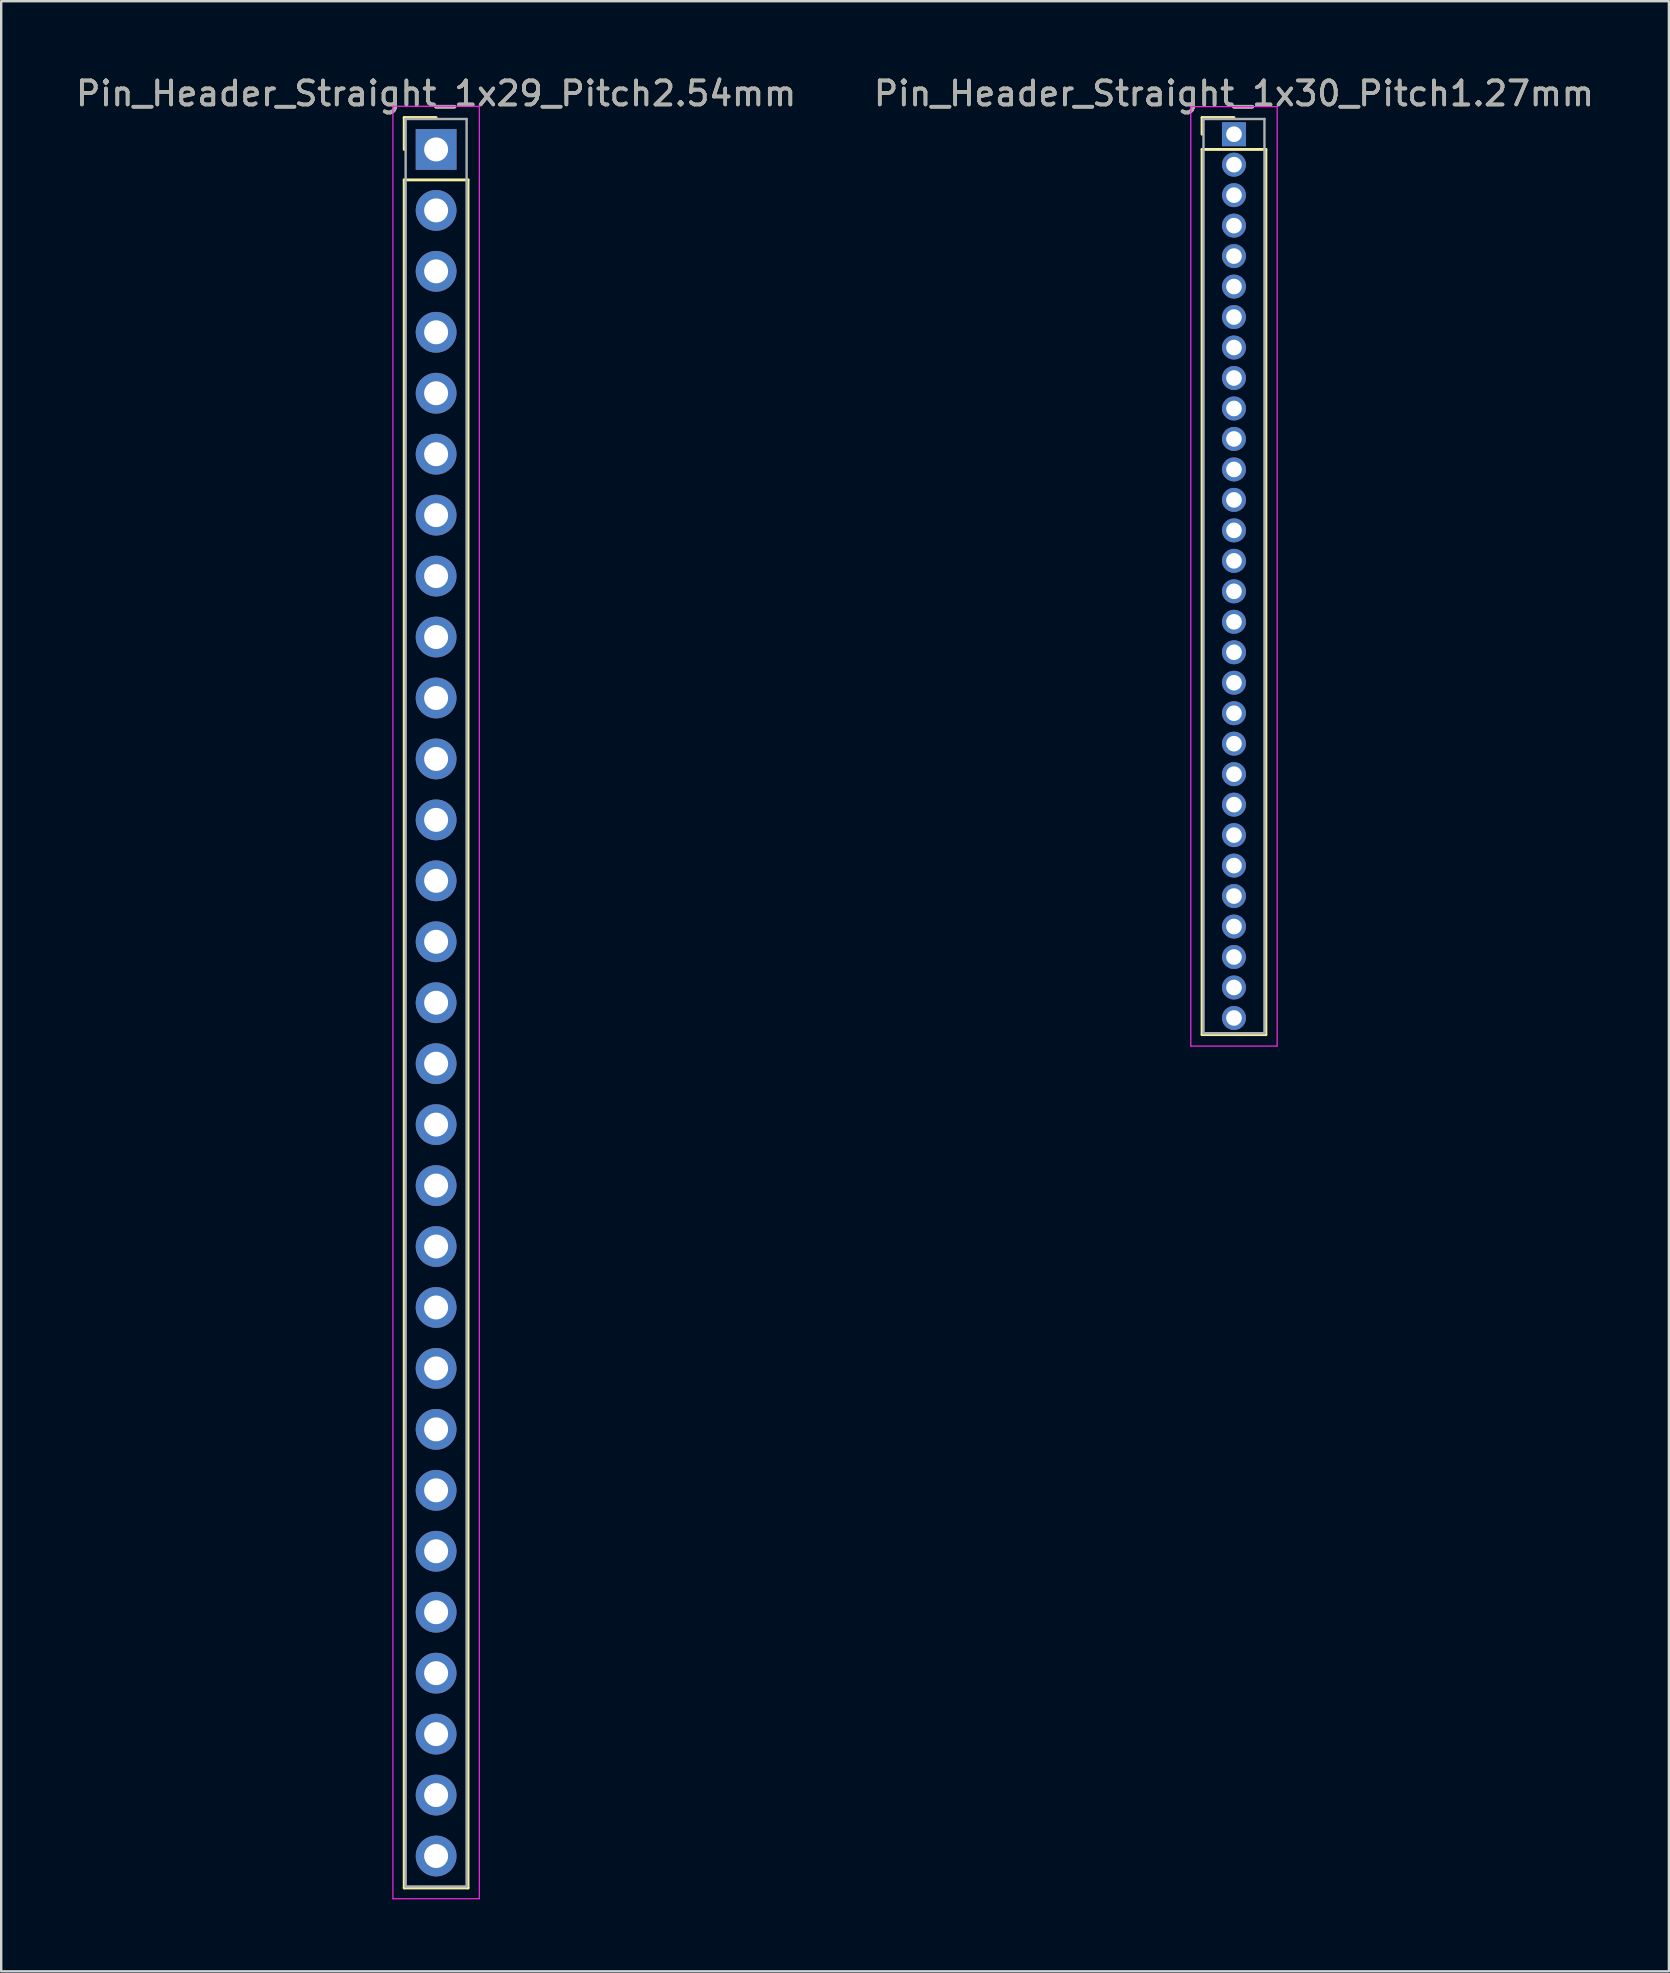
<source format=kicad_pcb>
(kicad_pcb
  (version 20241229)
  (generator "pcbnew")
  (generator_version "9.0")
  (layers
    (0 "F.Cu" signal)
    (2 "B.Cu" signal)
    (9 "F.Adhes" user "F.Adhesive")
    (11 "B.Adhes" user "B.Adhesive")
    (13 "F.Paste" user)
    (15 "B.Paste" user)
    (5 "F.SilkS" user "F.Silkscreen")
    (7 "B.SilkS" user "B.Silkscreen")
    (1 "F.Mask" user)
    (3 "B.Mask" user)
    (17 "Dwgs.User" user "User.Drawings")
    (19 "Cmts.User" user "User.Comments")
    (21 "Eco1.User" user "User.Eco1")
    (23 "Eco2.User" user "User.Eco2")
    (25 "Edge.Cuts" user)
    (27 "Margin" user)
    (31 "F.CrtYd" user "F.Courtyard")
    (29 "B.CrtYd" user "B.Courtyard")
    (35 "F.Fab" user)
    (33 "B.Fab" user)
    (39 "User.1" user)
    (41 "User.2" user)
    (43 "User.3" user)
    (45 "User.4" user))
  (footprint "Pin_Header_Straight_1x29_Pitch2.54mm"
    (layer "F.Cu")
    (at 15.125 3.178)
    (property "Reference" "Pin_Header_Straight_1x29_Pitch2.54mm" (at 0 -2.33 0) (layer "F.SilkS") (effects (font (size 1 1) (thickness 0.15))))
    (attr through_hole)
    (fp_line (start -1.33 -1.33) (end 0 -1.33) (stroke (width 0.12) (type solid)) (layer "F.SilkS"))
    (fp_line (start -1.33 0) (end -1.33 -1.33) (stroke (width 0.12) (type solid)) (layer "F.SilkS"))
    (fp_line (start -1.33 1.27) (end -1.33 72.45) (stroke (width 0.12) (type solid)) (layer "F.SilkS"))
    (fp_line (start -1.33 72.45) (end 1.33 72.45) (stroke (width 0.12) (type solid)) (layer "F.SilkS"))
    (fp_line (start 1.33 1.27) (end -1.33 1.27) (stroke (width 0.12) (type solid)) (layer "F.SilkS"))
    (fp_line (start 1.33 72.45) (end 1.33 1.27) (stroke (width 0.12) (type solid)) (layer "F.SilkS"))
    (fp_line (start -1.8 -1.8) (end -1.8 72.9) (stroke (width 0.05) (type solid)) (layer "F.CrtYd"))
    (fp_line (start -1.8 72.9) (end 1.8 72.9) (stroke (width 0.05) (type solid)) (layer "F.CrtYd"))
    (fp_line (start 1.8 -1.8) (end -1.8 -1.8) (stroke (width 0.05) (type solid)) (layer "F.CrtYd"))
    (fp_line (start 1.8 72.9) (end 1.8 -1.8) (stroke (width 0.05) (type solid)) (layer "F.CrtYd"))
    (fp_line (start -1.27 -1.27) (end -1.27 72.39) (stroke (width 0.1) (type solid)) (layer "F.Fab"))
    (fp_line (start -1.27 72.39) (end 1.27 72.39) (stroke (width 0.1) (type solid)) (layer "F.Fab"))
    (fp_line (start 1.27 -1.27) (end -1.27 -1.27) (stroke (width 0.1) (type solid)) (layer "F.Fab"))
    (fp_line (start 1.27 72.39) (end 1.27 -1.27) (stroke (width 0.1) (type solid)) (layer "F.Fab"))
    (fp_text user "${REFERENCE}" (at 0 -2.33 0) (layer "F.Fab") (effects (font (size 1 1) (thickness 0.15))))
    (pad "1" thru_hole rect (at 0 0) (size 1.7 1.7) (drill 1) (layers "*.Cu" "*.Mask"))
    (pad "2" thru_hole oval (at 0 2.54) (size 1.7 1.7) (drill 1) (layers "*.Cu" "*.Mask"))
    (pad "3" thru_hole oval (at 0 5.08) (size 1.7 1.7) (drill 1) (layers "*.Cu" "*.Mask"))
    (pad "4" thru_hole oval (at 0 7.62) (size 1.7 1.7) (drill 1) (layers "*.Cu" "*.Mask"))
    (pad "5" thru_hole oval (at 0 10.16) (size 1.7 1.7) (drill 1) (layers "*.Cu" "*.Mask"))
    (pad "6" thru_hole oval (at 0 12.7) (size 1.7 1.7) (drill 1) (layers "*.Cu" "*.Mask"))
    (pad "7" thru_hole oval (at 0 15.24) (size 1.7 1.7) (drill 1) (layers "*.Cu" "*.Mask"))
    (pad "8" thru_hole oval (at 0 17.78) (size 1.7 1.7) (drill 1) (layers "*.Cu" "*.Mask"))
    (pad "9" thru_hole oval (at 0 20.32) (size 1.7 1.7) (drill 1) (layers "*.Cu" "*.Mask"))
    (pad "10" thru_hole oval (at 0 22.86) (size 1.7 1.7) (drill 1) (layers "*.Cu" "*.Mask"))
    (pad "11" thru_hole oval (at 0 25.4) (size 1.7 1.7) (drill 1) (layers "*.Cu" "*.Mask"))
    (pad "12" thru_hole oval (at 0 27.94) (size 1.7 1.7) (drill 1) (layers "*.Cu" "*.Mask"))
    (pad "13" thru_hole oval (at 0 30.48) (size 1.7 1.7) (drill 1) (layers "*.Cu" "*.Mask"))
    (pad "14" thru_hole oval (at 0 33.02) (size 1.7 1.7) (drill 1) (layers "*.Cu" "*.Mask"))
    (pad "15" thru_hole oval (at 0 35.56) (size 1.7 1.7) (drill 1) (layers "*.Cu" "*.Mask"))
    (pad "16" thru_hole oval (at 0 38.1) (size 1.7 1.7) (drill 1) (layers "*.Cu" "*.Mask"))
    (pad "17" thru_hole oval (at 0 40.64) (size 1.7 1.7) (drill 1) (layers "*.Cu" "*.Mask"))
    (pad "18" thru_hole oval (at 0 43.18) (size 1.7 1.7) (drill 1) (layers "*.Cu" "*.Mask"))
    (pad "19" thru_hole oval (at 0 45.72) (size 1.7 1.7) (drill 1) (layers "*.Cu" "*.Mask"))
    (pad "20" thru_hole oval (at 0 48.26) (size 1.7 1.7) (drill 1) (layers "*.Cu" "*.Mask"))
    (pad "21" thru_hole oval (at 0 50.8) (size 1.7 1.7) (drill 1) (layers "*.Cu" "*.Mask"))
    (pad "22" thru_hole oval (at 0 53.34) (size 1.7 1.7) (drill 1) (layers "*.Cu" "*.Mask"))
    (pad "23" thru_hole oval (at 0 55.88) (size 1.7 1.7) (drill 1) (layers "*.Cu" "*.Mask"))
    (pad "24" thru_hole oval (at 0 58.42) (size 1.7 1.7) (drill 1) (layers "*.Cu" "*.Mask"))
    (pad "25" thru_hole oval (at 0 60.96) (size 1.7 1.7) (drill 1) (layers "*.Cu" "*.Mask"))
    (pad "26" thru_hole oval (at 0 63.5) (size 1.7 1.7) (drill 1) (layers "*.Cu" "*.Mask"))
    (pad "27" thru_hole oval (at 0 66.04) (size 1.7 1.7) (drill 1) (layers "*.Cu" "*.Mask"))
    (pad "28" thru_hole oval (at 0 68.58) (size 1.7 1.7) (drill 1) (layers "*.Cu" "*.Mask"))
    (pad "29" thru_hole oval (at 0 71.12) (size 1.7 1.7) (drill 1) (layers "*.Cu" "*.Mask")))
  (footprint "Pin_Header_Straight_1x30_Pitch1.27mm"
    (layer "F.Cu")
    (at 48.375 2.543)
    (property "Reference" "Pin_Header_Straight_1x30_Pitch1.27mm" (at 0 -1.695 0) (layer "F.SilkS") (effects (font (size 1 1) (thickness 0.15))))
    (attr through_hole)
    (fp_line (start -1.33 -0.695) (end 0 -0.695) (stroke (width 0.12) (type solid)) (layer "F.SilkS"))
    (fp_line (start -1.33 0) (end -1.33 -0.695) (stroke (width 0.12) (type solid)) (layer "F.SilkS"))
    (fp_line (start -1.33 0.635) (end -1.33 37.525) (stroke (width 0.12) (type solid)) (layer "F.SilkS"))
    (fp_line (start -1.33 37.525) (end 1.33 37.525) (stroke (width 0.12) (type solid)) (layer "F.SilkS"))
    (fp_line (start 1.33 0.635) (end -1.33 0.635) (stroke (width 0.12) (type solid)) (layer "F.SilkS"))
    (fp_line (start 1.33 37.525) (end 1.33 0.635) (stroke (width 0.12) (type solid)) (layer "F.SilkS"))
    (fp_line (start -1.8 -1.15) (end -1.8 38) (stroke (width 0.05) (type solid)) (layer "F.CrtYd"))
    (fp_line (start -1.8 38) (end 1.8 38) (stroke (width 0.05) (type solid)) (layer "F.CrtYd"))
    (fp_line (start 1.8 -1.15) (end -1.8 -1.15) (stroke (width 0.05) (type solid)) (layer "F.CrtYd"))
    (fp_line (start 1.8 38) (end 1.8 -1.15) (stroke (width 0.05) (type solid)) (layer "F.CrtYd"))
    (fp_line (start -1.27 -0.635) (end -1.27 37.465) (stroke (width 0.1) (type solid)) (layer "F.Fab"))
    (fp_line (start -1.27 37.465) (end 1.27 37.465) (stroke (width 0.1) (type solid)) (layer "F.Fab"))
    (fp_line (start 1.27 -0.635) (end -1.27 -0.635) (stroke (width 0.1) (type solid)) (layer "F.Fab"))
    (fp_line (start 1.27 37.465) (end 1.27 -0.635) (stroke (width 0.1) (type solid)) (layer "F.Fab"))
    (fp_text user "${REFERENCE}" (at 0 -1.695 0) (layer "F.Fab") (effects (font (size 1 1) (thickness 0.15))))
    (pad "1" thru_hole rect (at 0 0) (size 1 1) (drill 0.65) (layers "*.Cu" "*.Mask"))
    (pad "2" thru_hole oval (at 0 1.27) (size 1 1) (drill 0.65) (layers "*.Cu" "*.Mask"))
    (pad "3" thru_hole oval (at 0 2.54) (size 1 1) (drill 0.65) (layers "*.Cu" "*.Mask"))
    (pad "4" thru_hole oval (at 0 3.81) (size 1 1) (drill 0.65) (layers "*.Cu" "*.Mask"))
    (pad "5" thru_hole oval (at 0 5.08) (size 1 1) (drill 0.65) (layers "*.Cu" "*.Mask"))
    (pad "6" thru_hole oval (at 0 6.35) (size 1 1) (drill 0.65) (layers "*.Cu" "*.Mask"))
    (pad "7" thru_hole oval (at 0 7.62) (size 1 1) (drill 0.65) (layers "*.Cu" "*.Mask"))
    (pad "8" thru_hole oval (at 0 8.89) (size 1 1) (drill 0.65) (layers "*.Cu" "*.Mask"))
    (pad "9" thru_hole oval (at 0 10.16) (size 1 1) (drill 0.65) (layers "*.Cu" "*.Mask"))
    (pad "10" thru_hole oval (at 0 11.43) (size 1 1) (drill 0.65) (layers "*.Cu" "*.Mask"))
    (pad "11" thru_hole oval (at 0 12.7) (size 1 1) (drill 0.65) (layers "*.Cu" "*.Mask"))
    (pad "12" thru_hole oval (at 0 13.97) (size 1 1) (drill 0.65) (layers "*.Cu" "*.Mask"))
    (pad "13" thru_hole oval (at 0 15.24) (size 1 1) (drill 0.65) (layers "*.Cu" "*.Mask"))
    (pad "14" thru_hole oval (at 0 16.51) (size 1 1) (drill 0.65) (layers "*.Cu" "*.Mask"))
    (pad "15" thru_hole oval (at 0 17.78) (size 1 1) (drill 0.65) (layers "*.Cu" "*.Mask"))
    (pad "16" thru_hole oval (at 0 19.05) (size 1 1) (drill 0.65) (layers "*.Cu" "*.Mask"))
    (pad "17" thru_hole oval (at 0 20.32) (size 1 1) (drill 0.65) (layers "*.Cu" "*.Mask"))
    (pad "18" thru_hole oval (at 0 21.59) (size 1 1) (drill 0.65) (layers "*.Cu" "*.Mask"))
    (pad "19" thru_hole oval (at 0 22.86) (size 1 1) (drill 0.65) (layers "*.Cu" "*.Mask"))
    (pad "20" thru_hole oval (at 0 24.13) (size 1 1) (drill 0.65) (layers "*.Cu" "*.Mask"))
    (pad "21" thru_hole oval (at 0 25.4) (size 1 1) (drill 0.65) (layers "*.Cu" "*.Mask"))
    (pad "22" thru_hole oval (at 0 26.67) (size 1 1) (drill 0.65) (layers "*.Cu" "*.Mask"))
    (pad "23" thru_hole oval (at 0 27.94) (size 1 1) (drill 0.65) (layers "*.Cu" "*.Mask"))
    (pad "24" thru_hole oval (at 0 29.21) (size 1 1) (drill 0.65) (layers "*.Cu" "*.Mask"))
    (pad "25" thru_hole oval (at 0 30.48) (size 1 1) (drill 0.65) (layers "*.Cu" "*.Mask"))
    (pad "26" thru_hole oval (at 0 31.75) (size 1 1) (drill 0.65) (layers "*.Cu" "*.Mask"))
    (pad "27" thru_hole oval (at 0 33.02) (size 1 1) (drill 0.65) (layers "*.Cu" "*.Mask"))
    (pad "28" thru_hole oval (at 0 34.29) (size 1 1) (drill 0.65) (layers "*.Cu" "*.Mask"))
    (pad "29" thru_hole oval (at 0 35.56) (size 1 1) (drill 0.65) (layers "*.Cu" "*.Mask"))
    (pad "30" thru_hole oval (at 0 36.83) (size 1 1) (drill 0.65) (layers "*.Cu" "*.Mask")))
  (gr_rect
    (start -3 -3)
    (end 66.5 79.103)
    (stroke (width 0.1) (type default))
    (fill no)
    (layer "Edge.Cuts")))
</source>
